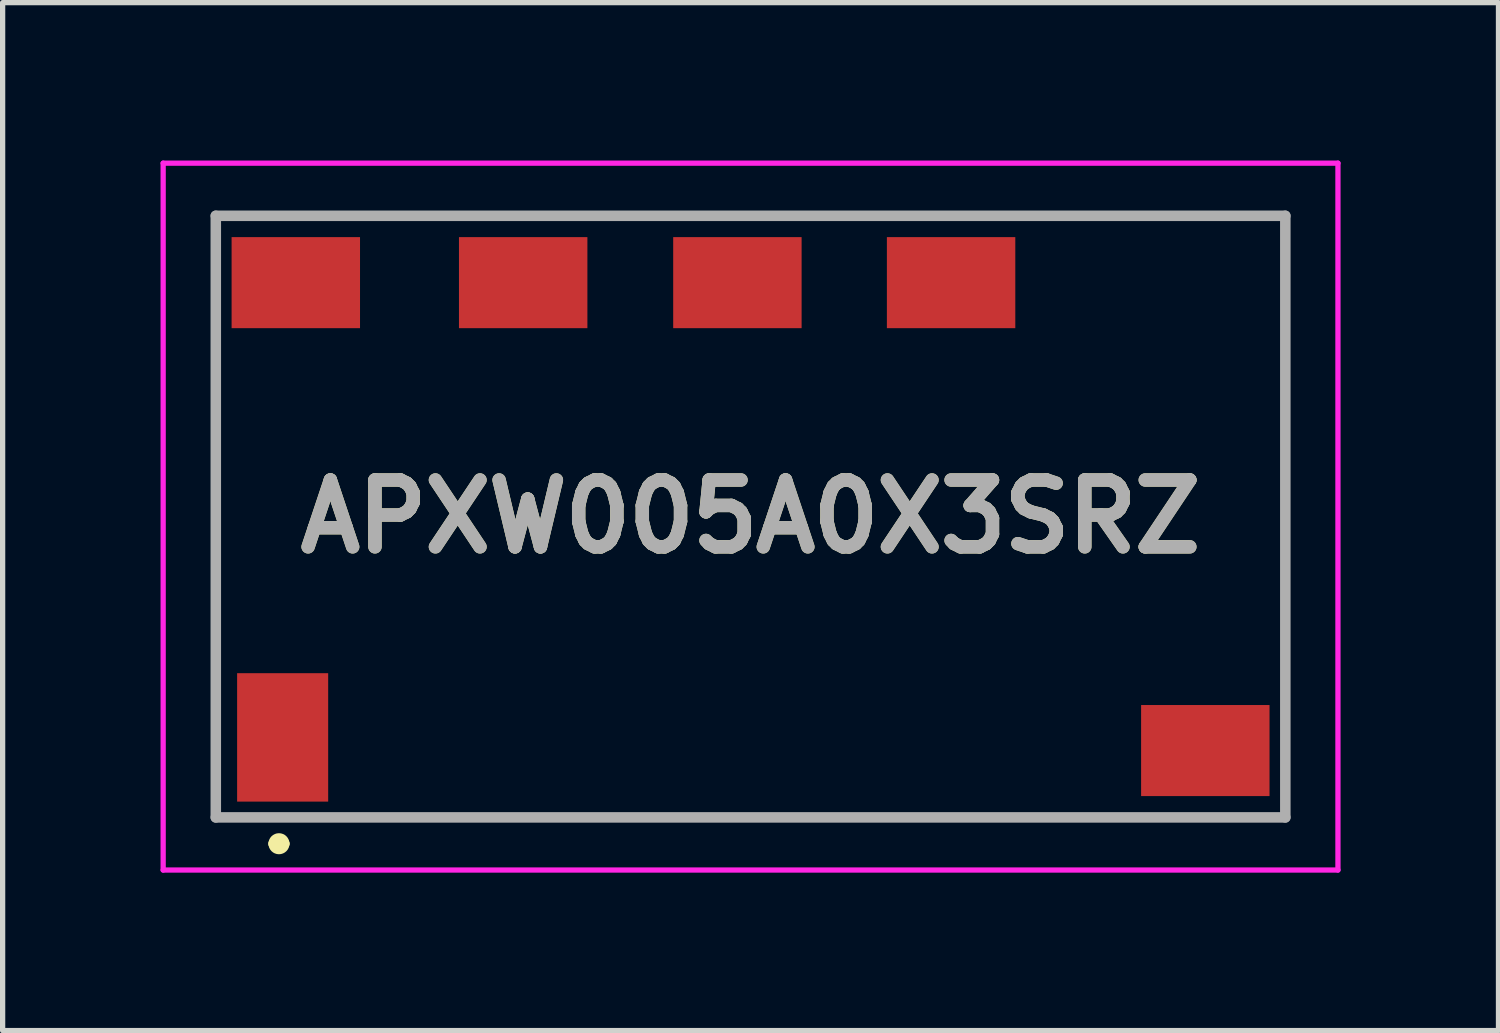
<source format=kicad_pcb>
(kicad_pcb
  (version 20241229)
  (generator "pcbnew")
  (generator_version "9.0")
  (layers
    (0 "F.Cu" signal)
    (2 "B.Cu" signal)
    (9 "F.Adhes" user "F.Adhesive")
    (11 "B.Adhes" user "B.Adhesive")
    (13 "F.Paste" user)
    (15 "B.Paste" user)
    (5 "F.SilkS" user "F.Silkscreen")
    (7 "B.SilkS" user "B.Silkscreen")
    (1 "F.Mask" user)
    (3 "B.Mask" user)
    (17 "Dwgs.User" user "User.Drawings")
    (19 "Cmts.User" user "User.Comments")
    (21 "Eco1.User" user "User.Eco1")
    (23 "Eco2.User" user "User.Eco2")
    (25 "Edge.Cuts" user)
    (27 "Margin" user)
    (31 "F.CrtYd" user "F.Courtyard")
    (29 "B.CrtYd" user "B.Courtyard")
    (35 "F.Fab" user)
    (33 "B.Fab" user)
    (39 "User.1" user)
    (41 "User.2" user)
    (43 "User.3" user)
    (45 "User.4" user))
  (footprint "APXW005A0X3SRZ"
    (layer "F.Cu")
    (at 11.21 6.765)
    (property "Reference" "APXW005A0X3SRZ" (at 0 0 0) (layer "F.SilkS") (effects (font (size 1.27 1.27) (thickness 0.254))))
    (attr smd)
    (fp_line (start -10.16 -5.715) (end 10.16 -5.715) (stroke (width 0.1) (type solid)) (layer "F.SilkS"))
    (fp_line (start -10.16 5.715) (end -10.16 -5.715) (stroke (width 0.1) (type solid)) (layer "F.SilkS"))
    (fp_line (start -9.06 6.215) (end -9.06 6.215) (stroke (width 0.2) (type solid)) (layer "F.SilkS"))
    (fp_line (start -8.86 6.215) (end -8.86 6.215) (stroke (width 0.2) (type solid)) (layer "F.SilkS"))
    (fp_line (start 10.16 -5.715) (end 10.16 5.715) (stroke (width 0.1) (type solid)) (layer "F.SilkS"))
    (fp_line (start 10.16 5.715) (end -10.16 5.715) (stroke (width 0.1) (type solid)) (layer "F.SilkS"))
    (fp_arc (start -9.06 6.215) (mid -8.96 6.115) (end -8.86 6.215) (stroke (width 0.2) (type solid)) (layer "F.SilkS"))
    (fp_arc (start -8.86 6.215) (mid -8.96 6.315) (end -9.06 6.215) (stroke (width 0.2) (type solid)) (layer "F.SilkS"))
    (fp_line (start -11.16 -6.715) (end 11.16 -6.715) (stroke (width 0.1) (type solid)) (layer "F.CrtYd"))
    (fp_line (start -11.16 6.715) (end -11.16 -6.715) (stroke (width 0.1) (type solid)) (layer "F.CrtYd"))
    (fp_line (start 11.16 -6.715) (end 11.16 6.715) (stroke (width 0.1) (type solid)) (layer "F.CrtYd"))
    (fp_line (start 11.16 6.715) (end -11.16 6.715) (stroke (width 0.1) (type solid)) (layer "F.CrtYd"))
    (fp_line (start -10.16 -5.715) (end 10.16 -5.715) (stroke (width 0.2) (type solid)) (layer "F.Fab"))
    (fp_line (start -10.16 5.715) (end -10.16 -5.715) (stroke (width 0.2) (type solid)) (layer "F.Fab"))
    (fp_line (start 10.16 -5.715) (end 10.16 5.715) (stroke (width 0.2) (type solid)) (layer "F.Fab"))
    (fp_line (start 10.16 5.715) (end -10.16 5.715) (stroke (width 0.2) (type solid)) (layer "F.Fab"))
    (fp_text user "${REFERENCE}" (at 0 0 0) (layer "F.Fab") (effects (font (size 1.27 1.27) (thickness 0.254))))
    (pad "1" smd rect (at -8.89 4.195) (size 1.73 2.44) (layers "F.Cu" "F.Mask" "F.Paste"))
    (pad "2" smd rect (at 8.64 4.445 90) (size 1.73 2.44) (layers "F.Cu" "F.Mask" "F.Paste"))
    (pad "3" smd rect (at 3.81 -4.445 90) (size 1.73 2.44) (layers "F.Cu" "F.Mask" "F.Paste"))
    (pad "4" smd rect (at -0.25 -4.445 90) (size 1.73 2.44) (layers "F.Cu" "F.Mask" "F.Paste"))
    (pad "5" smd rect (at -4.32 -4.445 90) (size 1.73 2.44) (layers "F.Cu" "F.Mask" "F.Paste"))
    (pad "6" smd rect (at -8.64 -4.445 90) (size 1.73 2.44) (layers "F.Cu" "F.Mask" "F.Paste")))
  (gr_rect
    (start -3 -3)
    (end 25.42 16.53)
    (stroke (width 0.1) (type default))
    (fill no)
    (layer "Edge.Cuts")))
</source>
